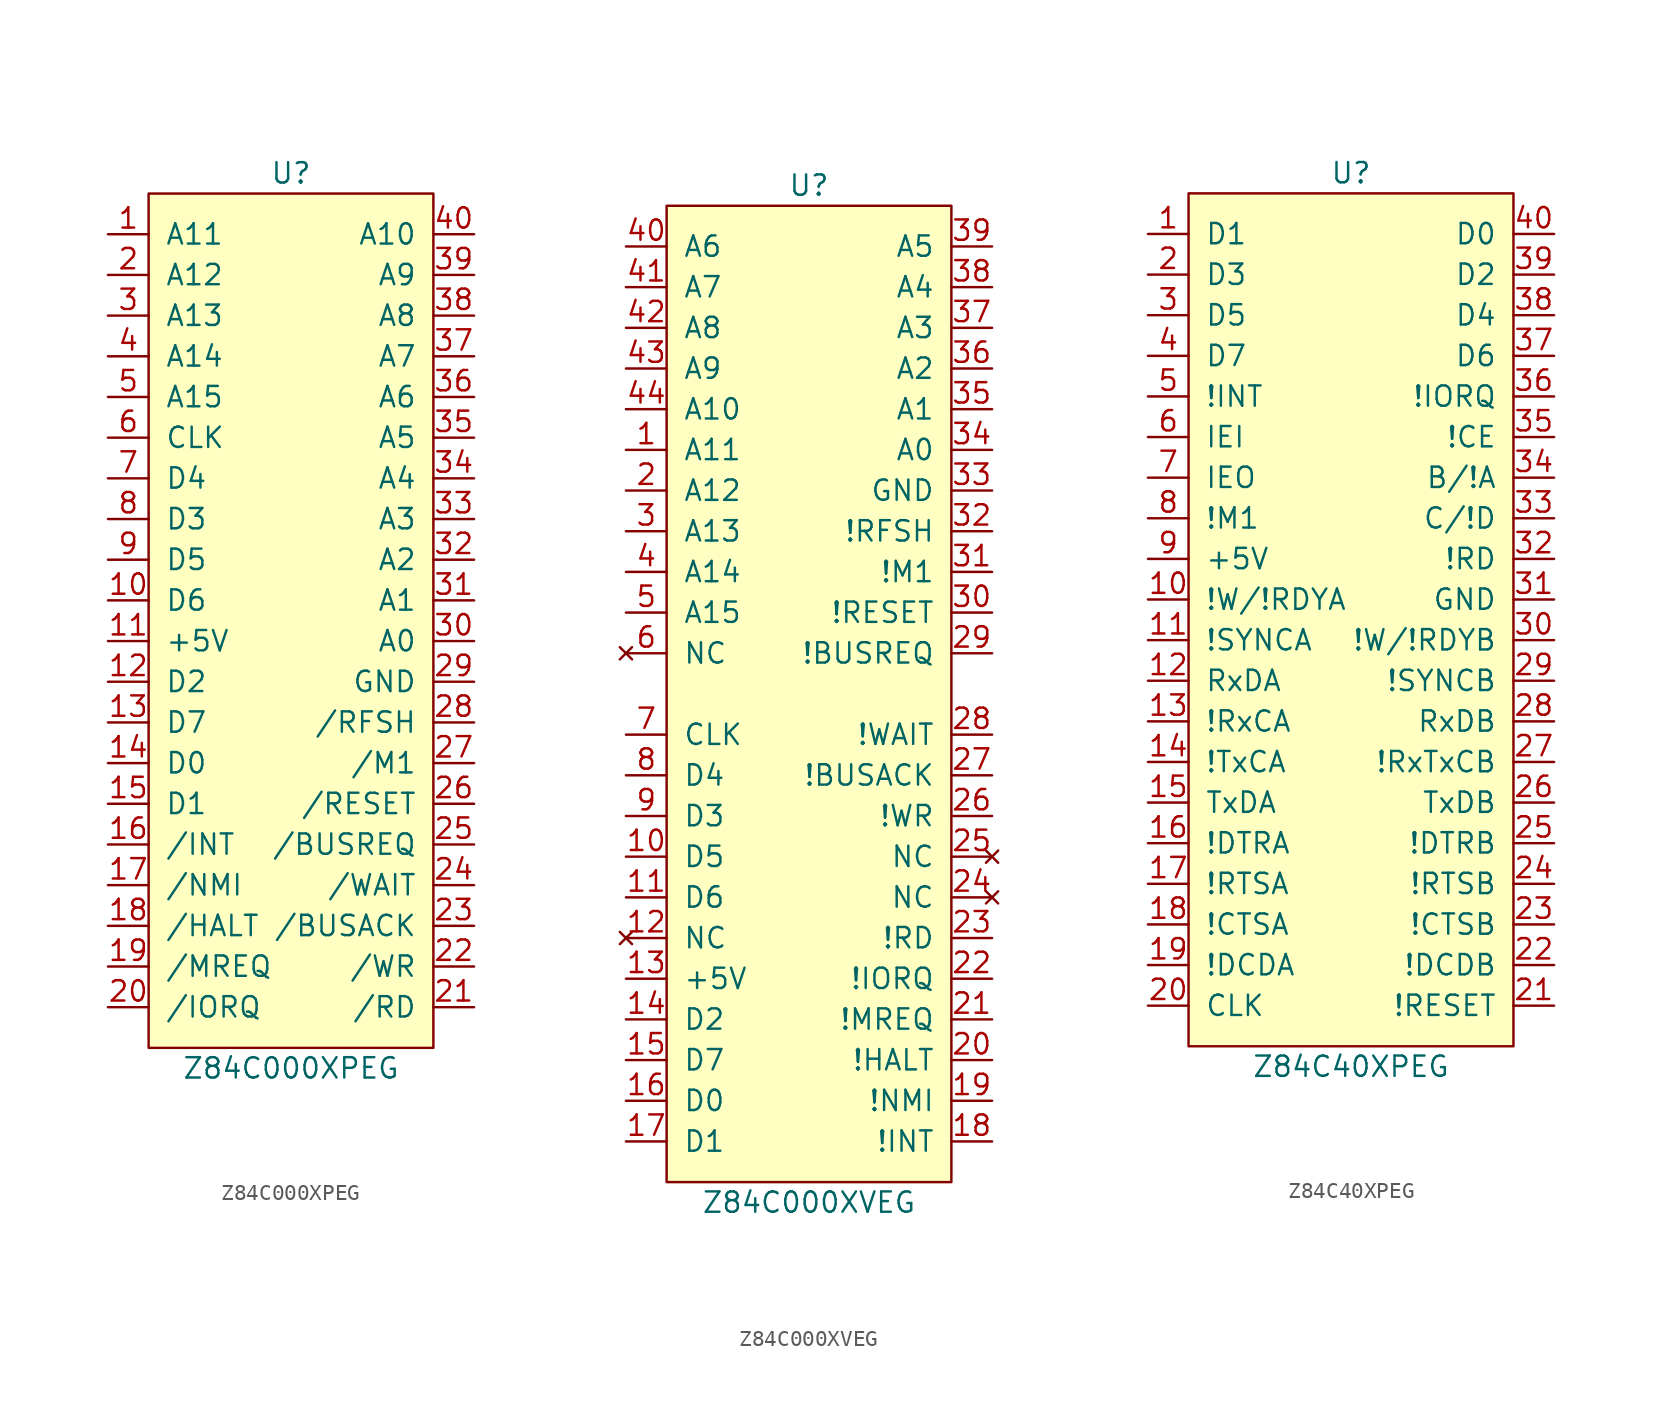
<source format=kicad_sym>
(kicad_symbol_lib
  (version 20211014)
  (generator kicad_symbol_editor)
  (symbol "Z84C000XPEG"
    (pin_names
      (offset 1.016))
    (property "Reference" "U"
      (at 0 27.94 0)
      (effects (font (size 1.27 1.27))))
    (property "Value" "Z84C000XPEG"
      (at 0 -27.94 0)
      (effects (font (size 1.27 1.27))))
    (symbol "Z84C000XPEG_0_1"
      (rectangle (start -8.89 26.67) (end 8.89 -26.67) (stroke (width 0) (type default) (color 0 0 0 0)) (fill (type background))))
    (symbol "Z84C000XPEG_1_1"
      (pin output line (at -11.43 24.13 0) (length 2.54) (name "A11" (effects (font (size 1.27 1.27)))) (number "1" (effects (font (size 1.27 1.27)))))
      (pin bidirectional line (at -11.43 1.27 0) (length 2.54) (name "D6" (effects (font (size 1.27 1.27)))) (number "10" (effects (font (size 1.27 1.27)))))
      (pin power_in line (at -11.43 -1.27 0) (length 2.54) (name "+5V" (effects (font (size 1.27 1.27)))) (number "11" (effects (font (size 1.27 1.27)))))
      (pin bidirectional line (at -11.43 -3.81 0) (length 2.54) (name "D2" (effects (font (size 1.27 1.27)))) (number "12" (effects (font (size 1.27 1.27)))))
      (pin bidirectional line (at -11.43 -6.35 0) (length 2.54) (name "D7" (effects (font (size 1.27 1.27)))) (number "13" (effects (font (size 1.27 1.27)))))
      (pin bidirectional line (at -11.43 -8.89 0) (length 2.54) (name "D0" (effects (font (size 1.27 1.27)))) (number "14" (effects (font (size 1.27 1.27)))))
      (pin bidirectional line (at -11.43 -11.43 0) (length 2.54) (name "D1" (effects (font (size 1.27 1.27)))) (number "15" (effects (font (size 1.27 1.27)))))
      (pin input line (at -11.43 -13.97 0) (length 2.54) (name "/INT" (effects (font (size 1.27 1.27)))) (number "16" (effects (font (size 1.27 1.27)))))
      (pin input line (at -11.43 -16.51 0) (length 2.54) (name "/NMI" (effects (font (size 1.27 1.27)))) (number "17" (effects (font (size 1.27 1.27)))))
      (pin output line (at -11.43 -19.05 0) (length 2.54) (name "/HALT" (effects (font (size 1.27 1.27)))) (number "18" (effects (font (size 1.27 1.27)))))
      (pin output line (at -11.43 -21.59 0) (length 2.54) (name "/MREQ" (effects (font (size 1.27 1.27)))) (number "19" (effects (font (size 1.27 1.27)))))
      (pin output line (at -11.43 21.59 0) (length 2.54) (name "A12" (effects (font (size 1.27 1.27)))) (number "2" (effects (font (size 1.27 1.27)))))
      (pin output line (at -11.43 -24.13 0) (length 2.54) (name "/IORQ" (effects (font (size 1.27 1.27)))) (number "20" (effects (font (size 1.27 1.27)))))
      (pin output line (at 11.43 -24.13 180) (length 2.54) (name "/RD" (effects (font (size 1.27 1.27)))) (number "21" (effects (font (size 1.27 1.27)))))
      (pin output line (at 11.43 -21.59 180) (length 2.54) (name "/WR" (effects (font (size 1.27 1.27)))) (number "22" (effects (font (size 1.27 1.27)))))
      (pin output line (at 11.43 -19.05 180) (length 2.54) (name "/BUSACK" (effects (font (size 1.27 1.27)))) (number "23" (effects (font (size 1.27 1.27)))))
      (pin input line (at 11.43 -16.51 180) (length 2.54) (name "/WAIT" (effects (font (size 1.27 1.27)))) (number "24" (effects (font (size 1.27 1.27)))))
      (pin input line (at 11.43 -13.97 180) (length 2.54) (name "/BUSREQ" (effects (font (size 1.27 1.27)))) (number "25" (effects (font (size 1.27 1.27)))))
      (pin input line (at 11.43 -11.43 180) (length 2.54) (name "/RESET" (effects (font (size 1.27 1.27)))) (number "26" (effects (font (size 1.27 1.27)))))
      (pin output line (at 11.43 -8.89 180) (length 2.54) (name "/M1" (effects (font (size 1.27 1.27)))) (number "27" (effects (font (size 1.27 1.27)))))
      (pin output line (at 11.43 -6.35 180) (length 2.54) (name "/RFSH" (effects (font (size 1.27 1.27)))) (number "28" (effects (font (size 1.27 1.27)))))
      (pin power_in line (at 11.43 -3.81 180) (length 2.54) (name "GND" (effects (font (size 1.27 1.27)))) (number "29" (effects (font (size 1.27 1.27)))))
      (pin output line (at -11.43 19.05 0) (length 2.54) (name "A13" (effects (font (size 1.27 1.27)))) (number "3" (effects (font (size 1.27 1.27)))))
      (pin output line (at 11.43 -1.27 180) (length 2.54) (name "A0" (effects (font (size 1.27 1.27)))) (number "30" (effects (font (size 1.27 1.27)))))
      (pin output line (at 11.43 1.27 180) (length 2.54) (name "A1" (effects (font (size 1.27 1.27)))) (number "31" (effects (font (size 1.27 1.27)))))
      (pin output line (at 11.43 3.81 180) (length 2.54) (name "A2" (effects (font (size 1.27 1.27)))) (number "32" (effects (font (size 1.27 1.27)))))
      (pin output line (at 11.43 6.35 180) (length 2.54) (name "A3" (effects (font (size 1.27 1.27)))) (number "33" (effects (font (size 1.27 1.27)))))
      (pin output line (at 11.43 8.89 180) (length 2.54) (name "A4" (effects (font (size 1.27 1.27)))) (number "34" (effects (font (size 1.27 1.27)))))
      (pin output line (at 11.43 11.43 180) (length 2.54) (name "A5" (effects (font (size 1.27 1.27)))) (number "35" (effects (font (size 1.27 1.27)))))
      (pin output line (at 11.43 13.97 180) (length 2.54) (name "A6" (effects (font (size 1.27 1.27)))) (number "36" (effects (font (size 1.27 1.27)))))
      (pin output line (at 11.43 16.51 180) (length 2.54) (name "A7" (effects (font (size 1.27 1.27)))) (number "37" (effects (font (size 1.27 1.27)))))
      (pin output line (at 11.43 19.05 180) (length 2.54) (name "A8" (effects (font (size 1.27 1.27)))) (number "38" (effects (font (size 1.27 1.27)))))
      (pin output line (at 11.43 21.59 180) (length 2.54) (name "A9" (effects (font (size 1.27 1.27)))) (number "39" (effects (font (size 1.27 1.27)))))
      (pin output line (at -11.43 16.51 0) (length 2.54) (name "A14" (effects (font (size 1.27 1.27)))) (number "4" (effects (font (size 1.27 1.27)))))
      (pin output line (at 11.43 24.13 180) (length 2.54) (name "A10" (effects (font (size 1.27 1.27)))) (number "40" (effects (font (size 1.27 1.27)))))
      (pin output line (at -11.43 13.97 0) (length 2.54) (name "A15" (effects (font (size 1.27 1.27)))) (number "5" (effects (font (size 1.27 1.27)))))
      (pin input line (at -11.43 11.43 0) (length 2.54) (name "CLK" (effects (font (size 1.27 1.27)))) (number "6" (effects (font (size 1.27 1.27)))))
      (pin bidirectional line (at -11.43 8.89 0) (length 2.54) (name "D4" (effects (font (size 1.27 1.27)))) (number "7" (effects (font (size 1.27 1.27)))))
      (pin bidirectional line (at -11.43 6.35 0) (length 2.54) (name "D3" (effects (font (size 1.27 1.27)))) (number "8" (effects (font (size 1.27 1.27)))))
      (pin bidirectional line (at -11.43 3.81 0) (length 2.54) (name "D5" (effects (font (size 1.27 1.27)))) (number "9" (effects (font (size 1.27 1.27)))))))
  (symbol "Z84C000XVEG"
    (pin_names
      (offset 1.016))
    (property "Reference" "U"
      (at 0 34.29 0)
      (effects (font (size 1.27 1.27))))
    (property "Value" "Z84C000XVEG"
      (at 0 -29.21 0)
      (effects (font (size 1.27 1.27))))
    (symbol "Z84C000XVEG_0_1"
      (rectangle (start -8.89 33.02) (end 8.89 -27.94) (stroke (width 0) (type default) (color 0 0 0 0)) (fill (type background))))
    (symbol "Z84C000XVEG_1_1"
      (pin output line (at -11.43 17.78 0) (length 2.54) (name "A11" (effects (font (size 1.27 1.27)))) (number "1" (effects (font (size 1.27 1.27)))))
      (pin bidirectional line (at -11.43 -7.62 0) (length 2.54) (name "D5" (effects (font (size 1.27 1.27)))) (number "10" (effects (font (size 1.27 1.27)))))
      (pin bidirectional line (at -11.43 -10.16 0) (length 2.54) (name "D6" (effects (font (size 1.27 1.27)))) (number "11" (effects (font (size 1.27 1.27)))))
      (pin no_connect line (at -11.43 -12.7 0) (length 2.54) (name "NC" (effects (font (size 1.27 1.27)))) (number "12" (effects (font (size 1.27 1.27)))))
      (pin power_in line (at -11.43 -15.24 0) (length 2.54) (name "+5V" (effects (font (size 1.27 1.27)))) (number "13" (effects (font (size 1.27 1.27)))))
      (pin bidirectional line (at -11.43 -17.78 0) (length 2.54) (name "D2" (effects (font (size 1.27 1.27)))) (number "14" (effects (font (size 1.27 1.27)))))
      (pin bidirectional line (at -11.43 -20.32 0) (length 2.54) (name "D7" (effects (font (size 1.27 1.27)))) (number "15" (effects (font (size 1.27 1.27)))))
      (pin bidirectional line (at -11.43 -22.86 0) (length 2.54) (name "D0" (effects (font (size 1.27 1.27)))) (number "16" (effects (font (size 1.27 1.27)))))
      (pin bidirectional line (at -11.43 -25.4 0) (length 2.54) (name "D1" (effects (font (size 1.27 1.27)))) (number "17" (effects (font (size 1.27 1.27)))))
      (pin input line (at 11.43 -25.4 180) (length 2.54) (name "!INT" (effects (font (size 1.27 1.27)))) (number "18" (effects (font (size 1.27 1.27)))))
      (pin input line (at 11.43 -22.86 180) (length 2.54) (name "!NMI" (effects (font (size 1.27 1.27)))) (number "19" (effects (font (size 1.27 1.27)))))
      (pin output line (at -11.43 15.24 0) (length 2.54) (name "A12" (effects (font (size 1.27 1.27)))) (number "2" (effects (font (size 1.27 1.27)))))
      (pin output line (at 11.43 -20.32 180) (length 2.54) (name "!HALT" (effects (font (size 1.27 1.27)))) (number "20" (effects (font (size 1.27 1.27)))))
      (pin output line (at 11.43 -17.78 180) (length 2.54) (name "!MREQ" (effects (font (size 1.27 1.27)))) (number "21" (effects (font (size 1.27 1.27)))))
      (pin output line (at 11.43 -15.24 180) (length 2.54) (name "!IORQ" (effects (font (size 1.27 1.27)))) (number "22" (effects (font (size 1.27 1.27)))))
      (pin output line (at 11.43 -12.7 180) (length 2.54) (name "!RD" (effects (font (size 1.27 1.27)))) (number "23" (effects (font (size 1.27 1.27)))))
      (pin no_connect line (at 11.43 -10.16 180) (length 2.54) (name "NC" (effects (font (size 1.27 1.27)))) (number "24" (effects (font (size 1.27 1.27)))))
      (pin no_connect line (at 11.43 -7.62 180) (length 2.54) (name "NC" (effects (font (size 1.27 1.27)))) (number "25" (effects (font (size 1.27 1.27)))))
      (pin output line (at 11.43 -5.08 180) (length 2.54) (name "!WR" (effects (font (size 1.27 1.27)))) (number "26" (effects (font (size 1.27 1.27)))))
      (pin output line (at 11.43 -2.54 180) (length 2.54) (name "!BUSACK" (effects (font (size 1.27 1.27)))) (number "27" (effects (font (size 1.27 1.27)))))
      (pin input line (at 11.43 0 180) (length 2.54) (name "!WAIT" (effects (font (size 1.27 1.27)))) (number "28" (effects (font (size 1.27 1.27)))))
      (pin input line (at 11.43 5.08 180) (length 2.54) (name "!BUSREQ" (effects (font (size 1.27 1.27)))) (number "29" (effects (font (size 1.27 1.27)))))
      (pin output line (at -11.43 12.7 0) (length 2.54) (name "A13" (effects (font (size 1.27 1.27)))) (number "3" (effects (font (size 1.27 1.27)))))
      (pin input line (at 11.43 7.62 180) (length 2.54) (name "!RESET" (effects (font (size 1.27 1.27)))) (number "30" (effects (font (size 1.27 1.27)))))
      (pin output line (at 11.43 10.16 180) (length 2.54) (name "!M1" (effects (font (size 1.27 1.27)))) (number "31" (effects (font (size 1.27 1.27)))))
      (pin output line (at 11.43 12.7 180) (length 2.54) (name "!RFSH" (effects (font (size 1.27 1.27)))) (number "32" (effects (font (size 1.27 1.27)))))
      (pin power_in line (at 11.43 15.24 180) (length 2.54) (name "GND" (effects (font (size 1.27 1.27)))) (number "33" (effects (font (size 1.27 1.27)))))
      (pin output line (at 11.43 17.78 180) (length 2.54) (name "A0" (effects (font (size 1.27 1.27)))) (number "34" (effects (font (size 1.27 1.27)))))
      (pin output line (at 11.43 20.32 180) (length 2.54) (name "A1" (effects (font (size 1.27 1.27)))) (number "35" (effects (font (size 1.27 1.27)))))
      (pin output line (at 11.43 22.86 180) (length 2.54) (name "A2" (effects (font (size 1.27 1.27)))) (number "36" (effects (font (size 1.27 1.27)))))
      (pin output line (at 11.43 25.4 180) (length 2.54) (name "A3" (effects (font (size 1.27 1.27)))) (number "37" (effects (font (size 1.27 1.27)))))
      (pin output line (at 11.43 27.94 180) (length 2.54) (name "A4" (effects (font (size 1.27 1.27)))) (number "38" (effects (font (size 1.27 1.27)))))
      (pin output line (at 11.43 30.48 180) (length 2.54) (name "A5" (effects (font (size 1.27 1.27)))) (number "39" (effects (font (size 1.27 1.27)))))
      (pin output line (at -11.43 10.16 0) (length 2.54) (name "A14" (effects (font (size 1.27 1.27)))) (number "4" (effects (font (size 1.27 1.27)))))
      (pin output line (at -11.43 30.48 0) (length 2.54) (name "A6" (effects (font (size 1.27 1.27)))) (number "40" (effects (font (size 1.27 1.27)))))
      (pin output line (at -11.43 27.94 0) (length 2.54) (name "A7" (effects (font (size 1.27 1.27)))) (number "41" (effects (font (size 1.27 1.27)))))
      (pin output line (at -11.43 25.4 0) (length 2.54) (name "A8" (effects (font (size 1.27 1.27)))) (number "42" (effects (font (size 1.27 1.27)))))
      (pin output line (at -11.43 22.86 0) (length 2.54) (name "A9" (effects (font (size 1.27 1.27)))) (number "43" (effects (font (size 1.27 1.27)))))
      (pin output line (at -11.43 20.32 0) (length 2.54) (name "A10" (effects (font (size 1.27 1.27)))) (number "44" (effects (font (size 1.27 1.27)))))
      (pin output line (at -11.43 7.62 0) (length 2.54) (name "A15" (effects (font (size 1.27 1.27)))) (number "5" (effects (font (size 1.27 1.27)))))
      (pin no_connect line (at -11.43 5.08 0) (length 2.54) (name "NC" (effects (font (size 1.27 1.27)))) (number "6" (effects (font (size 1.27 1.27)))))
      (pin input line (at -11.43 0 0) (length 2.54) (name "CLK" (effects (font (size 1.27 1.27)))) (number "7" (effects (font (size 1.27 1.27)))))
      (pin bidirectional line (at -11.43 -2.54 0) (length 2.54) (name "D4" (effects (font (size 1.27 1.27)))) (number "8" (effects (font (size 1.27 1.27)))))
      (pin bidirectional line (at -11.43 -5.08 0) (length 2.54) (name "D3" (effects (font (size 1.27 1.27)))) (number "9" (effects (font (size 1.27 1.27)))))))
  (symbol "Z84C40XPEG"
    (pin_names
      (offset 1.016))
    (property "Reference" "U"
      (at 0 27.94 0)
      (effects (font (size 1.27 1.27))))
    (property "Value" "Z84C40XPEG"
      (at 0 -27.94 0)
      (effects (font (size 1.27 1.27))))
    (symbol "Z84C40XPEG_0_1"
      (rectangle (start -10.16 26.67) (end 10.16 -26.67) (stroke (width 0) (type default) (color 0 0 0 0)) (fill (type background))))
    (symbol "Z84C40XPEG_1_1"
      (pin bidirectional line (at -12.7 24.13 0) (length 2.54) (name "D1" (effects (font (size 1.27 1.27)))) (number "1" (effects (font (size 1.27 1.27)))))
      (pin output line (at -12.7 1.27 0) (length 2.54) (name "!W/!RDYA" (effects (font (size 1.27 1.27)))) (number "10" (effects (font (size 1.27 1.27)))))
      (pin bidirectional line (at -12.7 -1.27 0) (length 2.54) (name "!SYNCA" (effects (font (size 1.27 1.27)))) (number "11" (effects (font (size 1.27 1.27)))))
      (pin input line (at -12.7 -3.81 0) (length 2.54) (name "RxDA" (effects (font (size 1.27 1.27)))) (number "12" (effects (font (size 1.27 1.27)))))
      (pin input line (at -12.7 -6.35 0) (length 2.54) (name "!RxCA" (effects (font (size 1.27 1.27)))) (number "13" (effects (font (size 1.27 1.27)))))
      (pin input line (at -12.7 -8.89 0) (length 2.54) (name "!TxCA" (effects (font (size 1.27 1.27)))) (number "14" (effects (font (size 1.27 1.27)))))
      (pin output line (at -12.7 -11.43 0) (length 2.54) (name "TxDA" (effects (font (size 1.27 1.27)))) (number "15" (effects (font (size 1.27 1.27)))))
      (pin output line (at -12.7 -13.97 0) (length 2.54) (name "!DTRA" (effects (font (size 1.27 1.27)))) (number "16" (effects (font (size 1.27 1.27)))))
      (pin output line (at -12.7 -16.51 0) (length 2.54) (name "!RTSA" (effects (font (size 1.27 1.27)))) (number "17" (effects (font (size 1.27 1.27)))))
      (pin input line (at -12.7 -19.05 0) (length 2.54) (name "!CTSA" (effects (font (size 1.27 1.27)))) (number "18" (effects (font (size 1.27 1.27)))))
      (pin input line (at -12.7 -21.59 0) (length 2.54) (name "!DCDA" (effects (font (size 1.27 1.27)))) (number "19" (effects (font (size 1.27 1.27)))))
      (pin bidirectional line (at -12.7 21.59 0) (length 2.54) (name "D3" (effects (font (size 1.27 1.27)))) (number "2" (effects (font (size 1.27 1.27)))))
      (pin input line (at -12.7 -24.13 0) (length 2.54) (name "CLK" (effects (font (size 1.27 1.27)))) (number "20" (effects (font (size 1.27 1.27)))))
      (pin input line (at 12.7 -24.13 180) (length 2.54) (name "!RESET" (effects (font (size 1.27 1.27)))) (number "21" (effects (font (size 1.27 1.27)))))
      (pin input line (at 12.7 -21.59 180) (length 2.54) (name "!DCDB" (effects (font (size 1.27 1.27)))) (number "22" (effects (font (size 1.27 1.27)))))
      (pin input line (at 12.7 -19.05 180) (length 2.54) (name "!CTSB" (effects (font (size 1.27 1.27)))) (number "23" (effects (font (size 1.27 1.27)))))
      (pin output line (at 12.7 -16.51 180) (length 2.54) (name "!RTSB" (effects (font (size 1.27 1.27)))) (number "24" (effects (font (size 1.27 1.27)))))
      (pin output line (at 12.7 -13.97 180) (length 2.54) (name "!DTRB" (effects (font (size 1.27 1.27)))) (number "25" (effects (font (size 1.27 1.27)))))
      (pin output line (at 12.7 -11.43 180) (length 2.54) (name "TxDB" (effects (font (size 1.27 1.27)))) (number "26" (effects (font (size 1.27 1.27)))))
      (pin input line (at 12.7 -8.89 180) (length 2.54) (name "!RxTxCB" (effects (font (size 1.27 1.27)))) (number "27" (effects (font (size 1.27 1.27)))))
      (pin input line (at 12.7 -6.35 180) (length 2.54) (name "RxDB" (effects (font (size 1.27 1.27)))) (number "28" (effects (font (size 1.27 1.27)))))
      (pin bidirectional line (at 12.7 -3.81 180) (length 2.54) (name "!SYNCB" (effects (font (size 1.27 1.27)))) (number "29" (effects (font (size 1.27 1.27)))))
      (pin bidirectional line (at -12.7 19.05 0) (length 2.54) (name "D5" (effects (font (size 1.27 1.27)))) (number "3" (effects (font (size 1.27 1.27)))))
      (pin output line (at 12.7 -1.27 180) (length 2.54) (name "!W/!RDYB" (effects (font (size 1.27 1.27)))) (number "30" (effects (font (size 1.27 1.27)))))
      (pin power_in line (at 12.7 1.27 180) (length 2.54) (name "GND" (effects (font (size 1.27 1.27)))) (number "31" (effects (font (size 1.27 1.27)))))
      (pin input line (at 12.7 3.81 180) (length 2.54) (name "!RD" (effects (font (size 1.27 1.27)))) (number "32" (effects (font (size 1.27 1.27)))))
      (pin input line (at 12.7 6.35 180) (length 2.54) (name "C/!D" (effects (font (size 1.27 1.27)))) (number "33" (effects (font (size 1.27 1.27)))))
      (pin input line (at 12.7 8.89 180) (length 2.54) (name "B/!A" (effects (font (size 1.27 1.27)))) (number "34" (effects (font (size 1.27 1.27)))))
      (pin input line (at 12.7 11.43 180) (length 2.54) (name "!CE" (effects (font (size 1.27 1.27)))) (number "35" (effects (font (size 1.27 1.27)))))
      (pin input line (at 12.7 13.97 180) (length 2.54) (name "!IORQ" (effects (font (size 1.27 1.27)))) (number "36" (effects (font (size 1.27 1.27)))))
      (pin bidirectional line (at 12.7 16.51 180) (length 2.54) (name "D6" (effects (font (size 1.27 1.27)))) (number "37" (effects (font (size 1.27 1.27)))))
      (pin bidirectional line (at 12.7 19.05 180) (length 2.54) (name "D4" (effects (font (size 1.27 1.27)))) (number "38" (effects (font (size 1.27 1.27)))))
      (pin bidirectional line (at 12.7 21.59 180) (length 2.54) (name "D2" (effects (font (size 1.27 1.27)))) (number "39" (effects (font (size 1.27 1.27)))))
      (pin bidirectional line (at -12.7 16.51 0) (length 2.54) (name "D7" (effects (font (size 1.27 1.27)))) (number "4" (effects (font (size 1.27 1.27)))))
      (pin bidirectional line (at 12.7 24.13 180) (length 2.54) (name "D0" (effects (font (size 1.27 1.27)))) (number "40" (effects (font (size 1.27 1.27)))))
      (pin open_collector line (at -12.7 13.97 0) (length 2.54) (name "!INT" (effects (font (size 1.27 1.27)))) (number "5" (effects (font (size 1.27 1.27)))))
      (pin input line (at -12.7 11.43 0) (length 2.54) (name "IEI" (effects (font (size 1.27 1.27)))) (number "6" (effects (font (size 1.27 1.27)))))
      (pin output line (at -12.7 8.89 0) (length 2.54) (name "IEO" (effects (font (size 1.27 1.27)))) (number "7" (effects (font (size 1.27 1.27)))))
      (pin input line (at -12.7 6.35 0) (length 2.54) (name "!M1" (effects (font (size 1.27 1.27)))) (number "8" (effects (font (size 1.27 1.27)))))
      (pin power_in line (at -12.7 3.81 0) (length 2.54) (name "+5V" (effects (font (size 1.27 1.27)))) (number "9" (effects (font (size 1.27 1.27))))))))
</source>
